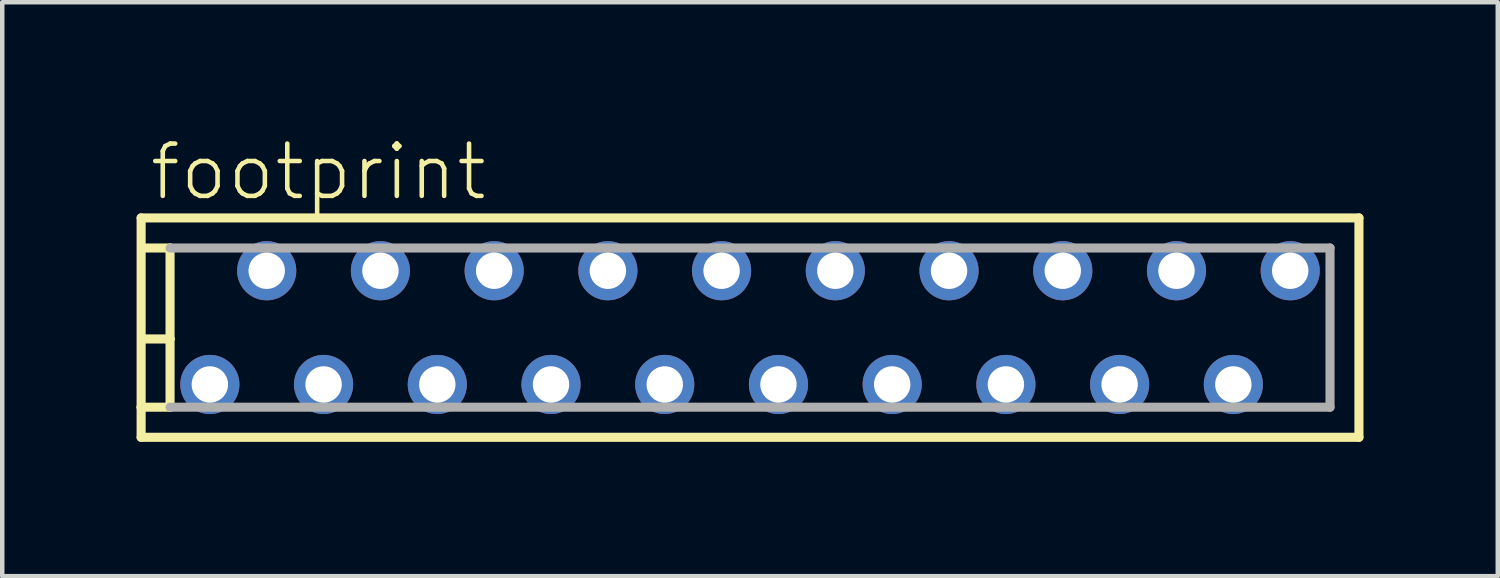
<source format=kicad_pcb>
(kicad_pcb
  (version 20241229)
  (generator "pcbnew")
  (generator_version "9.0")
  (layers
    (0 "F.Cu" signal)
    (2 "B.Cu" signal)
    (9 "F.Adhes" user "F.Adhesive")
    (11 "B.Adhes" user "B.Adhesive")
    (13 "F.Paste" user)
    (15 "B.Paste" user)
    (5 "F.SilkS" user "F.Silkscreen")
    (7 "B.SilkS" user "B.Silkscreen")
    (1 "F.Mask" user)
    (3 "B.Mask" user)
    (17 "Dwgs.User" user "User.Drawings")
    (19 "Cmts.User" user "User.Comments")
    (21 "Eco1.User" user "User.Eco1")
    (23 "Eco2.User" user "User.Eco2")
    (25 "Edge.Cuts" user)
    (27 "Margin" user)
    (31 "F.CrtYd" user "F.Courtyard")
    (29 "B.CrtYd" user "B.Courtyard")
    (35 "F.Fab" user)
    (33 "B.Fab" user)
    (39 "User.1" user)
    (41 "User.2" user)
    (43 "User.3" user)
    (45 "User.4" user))
  (footprint "footprint"
    (layer "F.Cu")
    (at 13.702 4.267)
    (property "Reference" "footprint" (at -13.462 -2.794 0) (layer "F.SilkS") (effects (font (size 1.168 1.168) (thickness 0.102)) (justify left bottom)))
    (fp_line (start -13.6 -2.45) (end -13.6 1.778) (stroke (width 0.203) (type solid)) (layer "F.SilkS"))
    (fp_line (start -13.6 1.778) (end -13.6 2.45) (stroke (width 0.203) (type solid)) (layer "F.SilkS"))
    (fp_line (start -13.6 2.45) (end 13.6 2.45) (stroke (width 0.203) (type solid)) (layer "F.SilkS"))
    (fp_line (start -13.589 -1.778) (end -12.954 -1.778) (stroke (width 0.203) (type solid)) (layer "F.SilkS"))
    (fp_line (start -13.589 0.254) (end -12.954 0.254) (stroke (width 0.203) (type solid)) (layer "F.SilkS"))
    (fp_line (start -12.954 -1.778) (end -12.954 0.254) (stroke (width 0.203) (type solid)) (layer "F.SilkS"))
    (fp_line (start -12.954 0.254) (end -12.954 1.778) (stroke (width 0.203) (type solid)) (layer "F.SilkS"))
    (fp_line (start -12.954 1.778) (end -13.6 1.778) (stroke (width 0.203) (type solid)) (layer "F.SilkS"))
    (fp_line (start 13.6 -2.45) (end -13.6 -2.45) (stroke (width 0.203) (type solid)) (layer "F.SilkS"))
    (fp_line (start 13.6 2.45) (end 13.6 -2.45) (stroke (width 0.203) (type solid)) (layer "F.SilkS"))
    (fp_line (start -12.954 -1.778) (end 12.954 -1.778) (stroke (width 0.203) (type solid)) (layer "F.Fab"))
    (fp_line (start 12.954 -1.778) (end 12.954 1.778) (stroke (width 0.203) (type solid)) (layer "F.Fab"))
    (fp_line (start 12.954 1.778) (end -12.954 1.778) (stroke (width 0.203) (type solid)) (layer "F.Fab"))
    (pad "1" thru_hole circle (at 12.065 -1.27) (size 1.321 1.321) (drill 0.813) (layers "*.Cu" "*.Mask"))
    (pad "2" thru_hole circle (at 10.795 1.27) (size 1.321 1.321) (drill 0.813) (layers "*.Cu" "*.Mask"))
    (pad "3" thru_hole circle (at 9.525 -1.27) (size 1.321 1.321) (drill 0.813) (layers "*.Cu" "*.Mask"))
    (pad "4" thru_hole circle (at 8.255 1.27) (size 1.321 1.321) (drill 0.813) (layers "*.Cu" "*.Mask"))
    (pad "5" thru_hole circle (at 6.985 -1.27) (size 1.321 1.321) (drill 0.813) (layers "*.Cu" "*.Mask"))
    (pad "6" thru_hole circle (at 5.715 1.27) (size 1.321 1.321) (drill 0.813) (layers "*.Cu" "*.Mask"))
    (pad "7" thru_hole circle (at 4.445 -1.27) (size 1.321 1.321) (drill 0.813) (layers "*.Cu" "*.Mask"))
    (pad "8" thru_hole circle (at 3.175 1.27) (size 1.321 1.321) (drill 0.813) (layers "*.Cu" "*.Mask"))
    (pad "9" thru_hole circle (at 1.905 -1.27) (size 1.321 1.321) (drill 0.813) (layers "*.Cu" "*.Mask"))
    (pad "10" thru_hole circle (at 0.635 1.27) (size 1.321 1.321) (drill 0.813) (layers "*.Cu" "*.Mask"))
    (pad "11" thru_hole circle (at -0.635 -1.27) (size 1.321 1.321) (drill 0.813) (layers "*.Cu" "*.Mask"))
    (pad "12" thru_hole circle (at -1.905 1.27) (size 1.321 1.321) (drill 0.813) (layers "*.Cu" "*.Mask"))
    (pad "13" thru_hole circle (at -3.175 -1.27) (size 1.321 1.321) (drill 0.813) (layers "*.Cu" "*.Mask"))
    (pad "14" thru_hole circle (at -4.445 1.27) (size 1.321 1.321) (drill 0.813) (layers "*.Cu" "*.Mask"))
    (pad "15" thru_hole circle (at -5.715 -1.27) (size 1.321 1.321) (drill 0.813) (layers "*.Cu" "*.Mask"))
    (pad "16" thru_hole circle (at -6.985 1.27) (size 1.321 1.321) (drill 0.813) (layers "*.Cu" "*.Mask"))
    (pad "17" thru_hole circle (at -8.255 -1.27) (size 1.321 1.321) (drill 0.813) (layers "*.Cu" "*.Mask"))
    (pad "18" thru_hole circle (at -9.525 1.27) (size 1.321 1.321) (drill 0.813) (layers "*.Cu" "*.Mask"))
    (pad "19" thru_hole circle (at -10.795 -1.27) (size 1.321 1.321) (drill 0.813) (layers "*.Cu" "*.Mask"))
    (pad "20" thru_hole circle (at -12.065 1.27) (size 1.321 1.321) (drill 0.813) (layers "*.Cu" "*.Mask")))
  (gr_rect
    (start -3 -3)
    (end 30.403 9.819)
    (stroke (width 0.1) (type default))
    (fill no)
    (layer "Edge.Cuts")))
</source>
